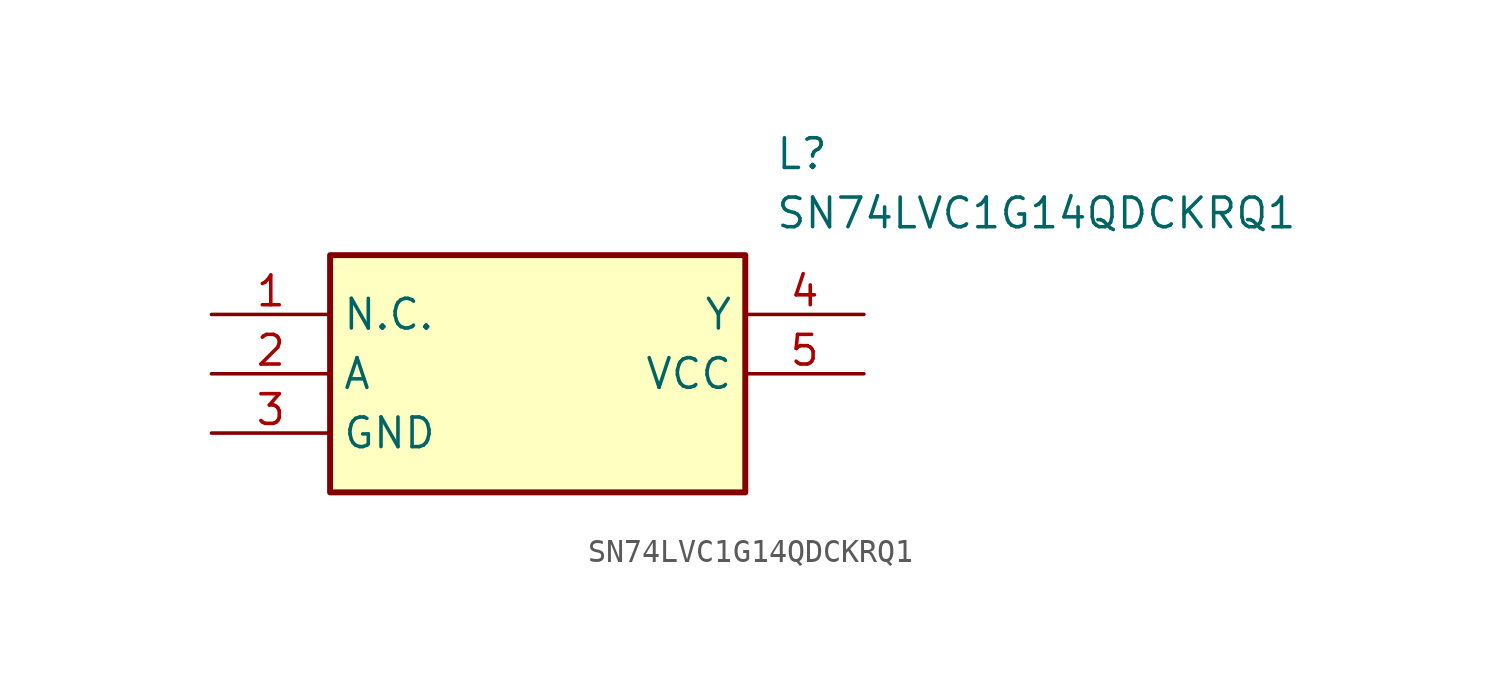
<source format=kicad_sym>
(kicad_symbol_lib
  (version 20211014)
  (generator SamacSys_ECAD_Model)
  (symbol "SN74LVC1G14QDCKRQ1"
    (property "Reference" "L"
      (at 24.13 7.62 0)
      (effects (font (size 1.27 1.27)) (justify left top)))
    (property "Value" "SN74LVC1G14QDCKRQ1"
      (at 24.13 5.08 0)
      (effects (font (size 1.27 1.27)) (justify left top)))
    (rectangle
      (start 5.08 2.54)
      (end 22.86 -7.62)
      (stroke (width 0.254) (type default))
      (fill (type background)))
    (pin passive line
      (at 0 0 0)
      (length 5.08)
      (name "N.C." (effects (font (size 1.27 1.27))))
      (number "1" (effects (font (size 1.27 1.27)))))
    (pin passive line
      (at 0 -2.54 0)
      (length 5.08)
      (name "A" (effects (font (size 1.27 1.27))))
      (number "2" (effects (font (size 1.27 1.27)))))
    (pin passive line
      (at 0 -5.08 0)
      (length 5.08)
      (name "GND" (effects (font (size 1.27 1.27))))
      (number "3" (effects (font (size 1.27 1.27)))))
    (pin passive line
      (at 27.94 0 180)
      (length 5.08)
      (name "Y" (effects (font (size 1.27 1.27))))
      (number "4" (effects (font (size 1.27 1.27)))))
    (pin passive line
      (at 27.94 -2.54 180)
      (length 5.08)
      (name "VCC" (effects (font (size 1.27 1.27))))
      (number "5" (effects (font (size 1.27 1.27)))))))
</source>
